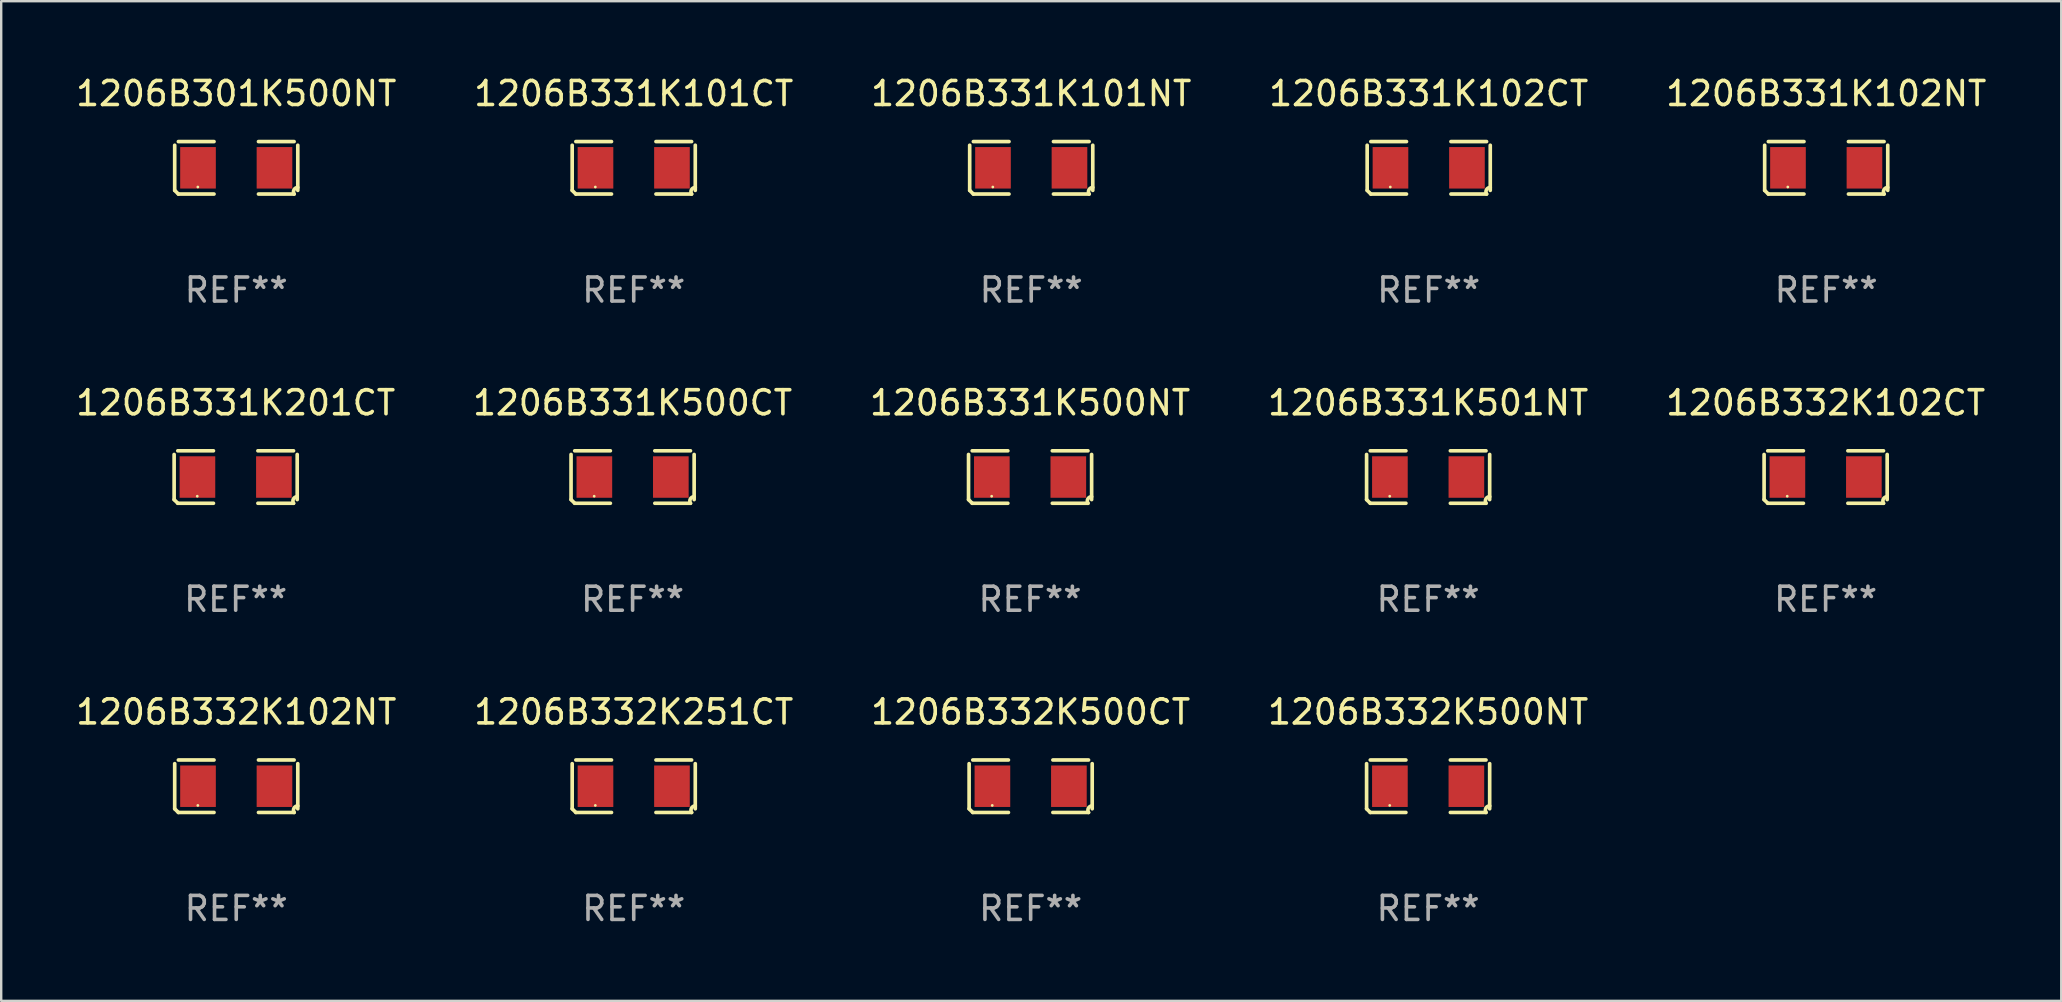
<source format=kicad_pcb>
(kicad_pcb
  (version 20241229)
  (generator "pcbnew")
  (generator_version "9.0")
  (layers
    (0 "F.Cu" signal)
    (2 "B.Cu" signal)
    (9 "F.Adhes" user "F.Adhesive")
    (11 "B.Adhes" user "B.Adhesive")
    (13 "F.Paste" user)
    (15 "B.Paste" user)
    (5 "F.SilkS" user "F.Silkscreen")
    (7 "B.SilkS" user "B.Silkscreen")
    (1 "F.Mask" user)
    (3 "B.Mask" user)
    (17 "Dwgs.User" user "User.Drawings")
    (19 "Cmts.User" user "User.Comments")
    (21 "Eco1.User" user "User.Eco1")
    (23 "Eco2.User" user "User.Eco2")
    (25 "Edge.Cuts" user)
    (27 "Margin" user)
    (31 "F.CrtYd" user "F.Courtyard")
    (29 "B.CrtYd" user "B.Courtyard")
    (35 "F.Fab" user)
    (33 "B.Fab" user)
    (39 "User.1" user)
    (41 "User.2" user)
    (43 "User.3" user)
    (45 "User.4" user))
  (footprint "1206B331K102CT"
    (layer "F.Cu")
    (at 56.47 3.941)
    (property "Reference" "1206B331K102CT" (at 0 -3.093 0) (layer "F.SilkS") (effects (font (size 1 1) (thickness 0.15))))
    (attr through_hole)
    (fp_line (start -2.564 0.94) (end -2.564 -0.94) (stroke (width 0.152) (type solid)) (layer "F.SilkS"))
    (fp_line (start -2.411 -1.093) (end -0.926 -1.093) (stroke (width 0.152) (type solid)) (layer "F.SilkS"))
    (fp_line (start -0.926 1.093) (end -2.411 1.093) (stroke (width 0.152) (type solid)) (layer "F.SilkS"))
    (fp_line (start 0.926 1.093) (end 2.411 1.093) (stroke (width 0.152) (type solid)) (layer "F.SilkS"))
    (fp_line (start 2.411 -1.093) (end 0.926 -1.093) (stroke (width 0.152) (type solid)) (layer "F.SilkS"))
    (fp_line (start 2.564 0.94) (end 2.564 -0.94) (stroke (width 0.152) (type solid)) (layer "F.SilkS"))
    (fp_arc (start -2.411201 1.092609) (mid -2.487413 1.01642) (end -2.563602 0.940208) (stroke (width 0.1524) (type solid)) (layer "F.SilkS"))
    (fp_arc (start 2.411201 1.092609) (mid 2.407159 0.911226) (end 2.563602 0.819347) (stroke (width 0.1524) (type solid)) (layer "F.SilkS"))
    (fp_circle (center -1.6 0.8) (end -1.57 0.8) (stroke (width 0.06) (type solid)) (fill no) (layer "F.SilkS"))
    (fp_text user "REF**" (at 0 5.093 0) (layer "F.Fab") (effects (font (size 1 1) (thickness 0.15))))
    (pad "1" smd rect (at -1.593 0) (size 1.485 1.728) (layers "F.Cu" "F.Mask" "F.Paste"))
    (pad "2" smd rect (at 1.593 0) (size 1.485 1.728) (layers "F.Cu" "F.Mask" "F.Paste")))
  (footprint "1206B332K500CT"
    (layer "F.Cu")
    (at 39.887 29.704)
    (property "Reference" "1206B332K500CT" (at 0 -3.093 0) (layer "F.SilkS") (effects (font (size 1 1) (thickness 0.15))))
    (attr through_hole)
    (fp_line (start -2.564 0.94) (end -2.564 -0.94) (stroke (width 0.152) (type solid)) (layer "F.SilkS"))
    (fp_line (start -2.411 -1.093) (end -0.926 -1.093) (stroke (width 0.152) (type solid)) (layer "F.SilkS"))
    (fp_line (start -0.926 1.093) (end -2.411 1.093) (stroke (width 0.152) (type solid)) (layer "F.SilkS"))
    (fp_line (start 0.926 1.093) (end 2.411 1.093) (stroke (width 0.152) (type solid)) (layer "F.SilkS"))
    (fp_line (start 2.411 -1.093) (end 0.926 -1.093) (stroke (width 0.152) (type solid)) (layer "F.SilkS"))
    (fp_line (start 2.564 0.94) (end 2.564 -0.94) (stroke (width 0.152) (type solid)) (layer "F.SilkS"))
    (fp_arc (start -2.411201 1.092609) (mid -2.487413 1.01642) (end -2.563602 0.940208) (stroke (width 0.1524) (type solid)) (layer "F.SilkS"))
    (fp_arc (start 2.411201 1.092609) (mid 2.407159 0.911226) (end 2.563602 0.819347) (stroke (width 0.1524) (type solid)) (layer "F.SilkS"))
    (fp_circle (center -1.6 0.8) (end -1.57 0.8) (stroke (width 0.06) (type solid)) (fill no) (layer "F.SilkS"))
    (fp_text user "REF**" (at 0 5.093 0) (layer "F.Fab") (effects (font (size 1 1) (thickness 0.15))))
    (pad "1" smd rect (at -1.593 0) (size 1.485 1.728) (layers "F.Cu" "F.Mask" "F.Paste"))
    (pad "2" smd rect (at 1.593 0) (size 1.485 1.728) (layers "F.Cu" "F.Mask" "F.Paste")))
  (footprint "1206B331K101NT"
    (layer "F.Cu")
    (at 39.911 3.941)
    (property "Reference" "1206B331K101NT" (at 0 -3.093 0) (layer "F.SilkS") (effects (font (size 1 1) (thickness 0.15))))
    (attr through_hole)
    (fp_line (start -2.564 0.94) (end -2.564 -0.94) (stroke (width 0.152) (type solid)) (layer "F.SilkS"))
    (fp_line (start -2.411 -1.093) (end -0.926 -1.093) (stroke (width 0.152) (type solid)) (layer "F.SilkS"))
    (fp_line (start -0.926 1.093) (end -2.411 1.093) (stroke (width 0.152) (type solid)) (layer "F.SilkS"))
    (fp_line (start 0.926 1.093) (end 2.411 1.093) (stroke (width 0.152) (type solid)) (layer "F.SilkS"))
    (fp_line (start 2.411 -1.093) (end 0.926 -1.093) (stroke (width 0.152) (type solid)) (layer "F.SilkS"))
    (fp_line (start 2.564 0.94) (end 2.564 -0.94) (stroke (width 0.152) (type solid)) (layer "F.SilkS"))
    (fp_arc (start -2.411201 1.092609) (mid -2.487413 1.01642) (end -2.563602 0.940208) (stroke (width 0.1524) (type solid)) (layer "F.SilkS"))
    (fp_arc (start 2.411201 1.092609) (mid 2.407159 0.911226) (end 2.563602 0.819347) (stroke (width 0.1524) (type solid)) (layer "F.SilkS"))
    (fp_circle (center -1.6 0.8) (end -1.57 0.8) (stroke (width 0.06) (type solid)) (fill no) (layer "F.SilkS"))
    (fp_text user "REF**" (at 0 5.093 0) (layer "F.Fab") (effects (font (size 1 1) (thickness 0.15))))
    (pad "1" smd rect (at -1.593 0) (size 1.485 1.728) (layers "F.Cu" "F.Mask" "F.Paste"))
    (pad "2" smd rect (at 1.593 0) (size 1.485 1.728) (layers "F.Cu" "F.Mask" "F.Paste")))
  (footprint "1206B331K501NT"
    (layer "F.Cu")
    (at 56.446 16.823)
    (property "Reference" "1206B331K501NT" (at 0 -3.093 0) (layer "F.SilkS") (effects (font (size 1 1) (thickness 0.15))))
    (attr through_hole)
    (fp_line (start -2.564 0.94) (end -2.564 -0.94) (stroke (width 0.152) (type solid)) (layer "F.SilkS"))
    (fp_line (start -2.411 -1.093) (end -0.926 -1.093) (stroke (width 0.152) (type solid)) (layer "F.SilkS"))
    (fp_line (start -0.926 1.093) (end -2.411 1.093) (stroke (width 0.152) (type solid)) (layer "F.SilkS"))
    (fp_line (start 0.926 1.093) (end 2.411 1.093) (stroke (width 0.152) (type solid)) (layer "F.SilkS"))
    (fp_line (start 2.411 -1.093) (end 0.926 -1.093) (stroke (width 0.152) (type solid)) (layer "F.SilkS"))
    (fp_line (start 2.564 0.94) (end 2.564 -0.94) (stroke (width 0.152) (type solid)) (layer "F.SilkS"))
    (fp_arc (start -2.411201 1.092609) (mid -2.487413 1.01642) (end -2.563602 0.940208) (stroke (width 0.1524) (type solid)) (layer "F.SilkS"))
    (fp_arc (start 2.411201 1.092609) (mid 2.407159 0.911226) (end 2.563602 0.819347) (stroke (width 0.1524) (type solid)) (layer "F.SilkS"))
    (fp_circle (center -1.6 0.8) (end -1.57 0.8) (stroke (width 0.06) (type solid)) (fill no) (layer "F.SilkS"))
    (fp_text user "REF**" (at 0 5.093 0) (layer "F.Fab") (effects (font (size 1 1) (thickness 0.15))))
    (pad "1" smd rect (at -1.593 0) (size 1.485 1.728) (layers "F.Cu" "F.Mask" "F.Paste"))
    (pad "2" smd rect (at 1.593 0) (size 1.485 1.728) (layers "F.Cu" "F.Mask" "F.Paste")))
  (footprint "1206B332K102NT"
    (layer "F.Cu")
    (at 6.792 29.704)
    (property "Reference" "1206B332K102NT" (at 0 -3.093 0) (layer "F.SilkS") (effects (font (size 1 1) (thickness 0.15))))
    (attr through_hole)
    (fp_line (start -2.564 0.94) (end -2.564 -0.94) (stroke (width 0.152) (type solid)) (layer "F.SilkS"))
    (fp_line (start -2.411 -1.093) (end -0.926 -1.093) (stroke (width 0.152) (type solid)) (layer "F.SilkS"))
    (fp_line (start -0.926 1.093) (end -2.411 1.093) (stroke (width 0.152) (type solid)) (layer "F.SilkS"))
    (fp_line (start 0.926 1.093) (end 2.411 1.093) (stroke (width 0.152) (type solid)) (layer "F.SilkS"))
    (fp_line (start 2.411 -1.093) (end 0.926 -1.093) (stroke (width 0.152) (type solid)) (layer "F.SilkS"))
    (fp_line (start 2.564 0.94) (end 2.564 -0.94) (stroke (width 0.152) (type solid)) (layer "F.SilkS"))
    (fp_arc (start -2.411201 1.092609) (mid -2.487413 1.01642) (end -2.563602 0.940208) (stroke (width 0.1524) (type solid)) (layer "F.SilkS"))
    (fp_arc (start 2.411201 1.092609) (mid 2.407159 0.911226) (end 2.563602 0.819347) (stroke (width 0.1524) (type solid)) (layer "F.SilkS"))
    (fp_circle (center -1.6 0.8) (end -1.57 0.8) (stroke (width 0.06) (type solid)) (fill no) (layer "F.SilkS"))
    (fp_text user "REF**" (at 0 5.093 0) (layer "F.Fab") (effects (font (size 1 1) (thickness 0.15))))
    (pad "1" smd rect (at -1.593 0) (size 1.485 1.728) (layers "F.Cu" "F.Mask" "F.Paste"))
    (pad "2" smd rect (at 1.593 0) (size 1.485 1.728) (layers "F.Cu" "F.Mask" "F.Paste")))
  (footprint "1206B331K102NT"
    (layer "F.Cu")
    (at 73.03 3.941)
    (property "Reference" "1206B331K102NT" (at 0 -3.093 0) (layer "F.SilkS") (effects (font (size 1 1) (thickness 0.15))))
    (attr through_hole)
    (fp_line (start -2.564 0.94) (end -2.564 -0.94) (stroke (width 0.152) (type solid)) (layer "F.SilkS"))
    (fp_line (start -2.411 -1.093) (end -0.926 -1.093) (stroke (width 0.152) (type solid)) (layer "F.SilkS"))
    (fp_line (start -0.926 1.093) (end -2.411 1.093) (stroke (width 0.152) (type solid)) (layer "F.SilkS"))
    (fp_line (start 0.926 1.093) (end 2.411 1.093) (stroke (width 0.152) (type solid)) (layer "F.SilkS"))
    (fp_line (start 2.411 -1.093) (end 0.926 -1.093) (stroke (width 0.152) (type solid)) (layer "F.SilkS"))
    (fp_line (start 2.564 0.94) (end 2.564 -0.94) (stroke (width 0.152) (type solid)) (layer "F.SilkS"))
    (fp_arc (start -2.411201 1.092609) (mid -2.487413 1.01642) (end -2.563602 0.940208) (stroke (width 0.1524) (type solid)) (layer "F.SilkS"))
    (fp_arc (start 2.411201 1.092609) (mid 2.407159 0.911226) (end 2.563602 0.819347) (stroke (width 0.1524) (type solid)) (layer "F.SilkS"))
    (fp_circle (center -1.6 0.8) (end -1.57 0.8) (stroke (width 0.06) (type solid)) (fill no) (layer "F.SilkS"))
    (fp_text user "REF**" (at 0 5.093 0) (layer "F.Fab") (effects (font (size 1 1) (thickness 0.15))))
    (pad "1" smd rect (at -1.593 0) (size 1.485 1.728) (layers "F.Cu" "F.Mask" "F.Paste"))
    (pad "2" smd rect (at 1.593 0) (size 1.485 1.728) (layers "F.Cu" "F.Mask" "F.Paste")))
  (footprint "1206B331K201CT"
    (layer "F.Cu")
    (at 6.768 16.823)
    (property "Reference" "1206B331K201CT" (at 0 -3.093 0) (layer "F.SilkS") (effects (font (size 1 1) (thickness 0.15))))
    (attr through_hole)
    (fp_line (start -2.564 0.94) (end -2.564 -0.94) (stroke (width 0.152) (type solid)) (layer "F.SilkS"))
    (fp_line (start -2.411 -1.093) (end -0.926 -1.093) (stroke (width 0.152) (type solid)) (layer "F.SilkS"))
    (fp_line (start -0.926 1.093) (end -2.411 1.093) (stroke (width 0.152) (type solid)) (layer "F.SilkS"))
    (fp_line (start 0.926 1.093) (end 2.411 1.093) (stroke (width 0.152) (type solid)) (layer "F.SilkS"))
    (fp_line (start 2.411 -1.093) (end 0.926 -1.093) (stroke (width 0.152) (type solid)) (layer "F.SilkS"))
    (fp_line (start 2.564 0.94) (end 2.564 -0.94) (stroke (width 0.152) (type solid)) (layer "F.SilkS"))
    (fp_arc (start -2.411201 1.092609) (mid -2.487413 1.01642) (end -2.563602 0.940208) (stroke (width 0.1524) (type solid)) (layer "F.SilkS"))
    (fp_arc (start 2.411201 1.092609) (mid 2.407159 0.911226) (end 2.563602 0.819347) (stroke (width 0.1524) (type solid)) (layer "F.SilkS"))
    (fp_circle (center -1.6 0.8) (end -1.57 0.8) (stroke (width 0.06) (type solid)) (fill no) (layer "F.SilkS"))
    (fp_text user "REF**" (at 0 5.093 0) (layer "F.Fab") (effects (font (size 1 1) (thickness 0.15))))
    (pad "1" smd rect (at -1.593 0) (size 1.485 1.728) (layers "F.Cu" "F.Mask" "F.Paste"))
    (pad "2" smd rect (at 1.593 0) (size 1.485 1.728) (layers "F.Cu" "F.Mask" "F.Paste")))
  (footprint "1206B332K500NT"
    (layer "F.Cu")
    (at 56.446 29.704)
    (property "Reference" "1206B332K500NT" (at 0 -3.093 0) (layer "F.SilkS") (effects (font (size 1 1) (thickness 0.15))))
    (attr through_hole)
    (fp_line (start -2.564 0.94) (end -2.564 -0.94) (stroke (width 0.152) (type solid)) (layer "F.SilkS"))
    (fp_line (start -2.411 -1.093) (end -0.926 -1.093) (stroke (width 0.152) (type solid)) (layer "F.SilkS"))
    (fp_line (start -0.926 1.093) (end -2.411 1.093) (stroke (width 0.152) (type solid)) (layer "F.SilkS"))
    (fp_line (start 0.926 1.093) (end 2.411 1.093) (stroke (width 0.152) (type solid)) (layer "F.SilkS"))
    (fp_line (start 2.411 -1.093) (end 0.926 -1.093) (stroke (width 0.152) (type solid)) (layer "F.SilkS"))
    (fp_line (start 2.564 0.94) (end 2.564 -0.94) (stroke (width 0.152) (type solid)) (layer "F.SilkS"))
    (fp_arc (start -2.411201 1.092609) (mid -2.487413 1.01642) (end -2.563602 0.940208) (stroke (width 0.1524) (type solid)) (layer "F.SilkS"))
    (fp_arc (start 2.411201 1.092609) (mid 2.407159 0.911226) (end 2.563602 0.819347) (stroke (width 0.1524) (type solid)) (layer "F.SilkS"))
    (fp_circle (center -1.6 0.8) (end -1.57 0.8) (stroke (width 0.06) (type solid)) (fill no) (layer "F.SilkS"))
    (fp_text user "REF**" (at 0 5.093 0) (layer "F.Fab") (effects (font (size 1 1) (thickness 0.15))))
    (pad "1" smd rect (at -1.593 0) (size 1.485 1.728) (layers "F.Cu" "F.Mask" "F.Paste"))
    (pad "2" smd rect (at 1.593 0) (size 1.485 1.728) (layers "F.Cu" "F.Mask" "F.Paste")))
  (footprint "1206B331K500NT"
    (layer "F.Cu")
    (at 39.863 16.823)
    (property "Reference" "1206B331K500NT" (at 0 -3.093 0) (layer "F.SilkS") (effects (font (size 1 1) (thickness 0.15))))
    (attr through_hole)
    (fp_line (start -2.564 0.94) (end -2.564 -0.94) (stroke (width 0.152) (type solid)) (layer "F.SilkS"))
    (fp_line (start -2.411 -1.093) (end -0.926 -1.093) (stroke (width 0.152) (type solid)) (layer "F.SilkS"))
    (fp_line (start -0.926 1.093) (end -2.411 1.093) (stroke (width 0.152) (type solid)) (layer "F.SilkS"))
    (fp_line (start 0.926 1.093) (end 2.411 1.093) (stroke (width 0.152) (type solid)) (layer "F.SilkS"))
    (fp_line (start 2.411 -1.093) (end 0.926 -1.093) (stroke (width 0.152) (type solid)) (layer "F.SilkS"))
    (fp_line (start 2.564 0.94) (end 2.564 -0.94) (stroke (width 0.152) (type solid)) (layer "F.SilkS"))
    (fp_arc (start -2.411201 1.092609) (mid -2.487413 1.01642) (end -2.563602 0.940208) (stroke (width 0.1524) (type solid)) (layer "F.SilkS"))
    (fp_arc (start 2.411201 1.092609) (mid 2.407159 0.911226) (end 2.563602 0.819347) (stroke (width 0.1524) (type solid)) (layer "F.SilkS"))
    (fp_circle (center -1.6 0.8) (end -1.57 0.8) (stroke (width 0.06) (type solid)) (fill no) (layer "F.SilkS"))
    (fp_text user "REF**" (at 0 5.093 0) (layer "F.Fab") (effects (font (size 1 1) (thickness 0.15))))
    (pad "1" smd rect (at -1.593 0) (size 1.485 1.728) (layers "F.Cu" "F.Mask" "F.Paste"))
    (pad "2" smd rect (at 1.593 0) (size 1.485 1.728) (layers "F.Cu" "F.Mask" "F.Paste")))
  (footprint "1206B331K500CT"
    (layer "F.Cu")
    (at 23.304 16.823)
    (property "Reference" "1206B331K500CT" (at 0 -3.093 0) (layer "F.SilkS") (effects (font (size 1 1) (thickness 0.15))))
    (attr through_hole)
    (fp_line (start -2.564 0.94) (end -2.564 -0.94) (stroke (width 0.152) (type solid)) (layer "F.SilkS"))
    (fp_line (start -2.411 -1.093) (end -0.926 -1.093) (stroke (width 0.152) (type solid)) (layer "F.SilkS"))
    (fp_line (start -0.926 1.093) (end -2.411 1.093) (stroke (width 0.152) (type solid)) (layer "F.SilkS"))
    (fp_line (start 0.926 1.093) (end 2.411 1.093) (stroke (width 0.152) (type solid)) (layer "F.SilkS"))
    (fp_line (start 2.411 -1.093) (end 0.926 -1.093) (stroke (width 0.152) (type solid)) (layer "F.SilkS"))
    (fp_line (start 2.564 0.94) (end 2.564 -0.94) (stroke (width 0.152) (type solid)) (layer "F.SilkS"))
    (fp_arc (start -2.411201 1.092609) (mid -2.487413 1.01642) (end -2.563602 0.940208) (stroke (width 0.1524) (type solid)) (layer "F.SilkS"))
    (fp_arc (start 2.411201 1.092609) (mid 2.407159 0.911226) (end 2.563602 0.819347) (stroke (width 0.1524) (type solid)) (layer "F.SilkS"))
    (fp_circle (center -1.6 0.8) (end -1.57 0.8) (stroke (width 0.06) (type solid)) (fill no) (layer "F.SilkS"))
    (fp_text user "REF**" (at 0 5.093 0) (layer "F.Fab") (effects (font (size 1 1) (thickness 0.15))))
    (pad "1" smd rect (at -1.593 0) (size 1.485 1.728) (layers "F.Cu" "F.Mask" "F.Paste"))
    (pad "2" smd rect (at 1.593 0) (size 1.485 1.728) (layers "F.Cu" "F.Mask" "F.Paste")))
  (footprint "1206B301K500NT"
    (layer "F.Cu")
    (at 6.792 3.941)
    (property "Reference" "1206B301K500NT" (at 0 -3.093 0) (layer "F.SilkS") (effects (font (size 1 1) (thickness 0.15))))
    (attr through_hole)
    (fp_line (start -2.564 0.94) (end -2.564 -0.94) (stroke (width 0.152) (type solid)) (layer "F.SilkS"))
    (fp_line (start -2.411 -1.093) (end -0.926 -1.093) (stroke (width 0.152) (type solid)) (layer "F.SilkS"))
    (fp_line (start -0.926 1.093) (end -2.411 1.093) (stroke (width 0.152) (type solid)) (layer "F.SilkS"))
    (fp_line (start 0.926 1.093) (end 2.411 1.093) (stroke (width 0.152) (type solid)) (layer "F.SilkS"))
    (fp_line (start 2.411 -1.093) (end 0.926 -1.093) (stroke (width 0.152) (type solid)) (layer "F.SilkS"))
    (fp_line (start 2.564 0.94) (end 2.564 -0.94) (stroke (width 0.152) (type solid)) (layer "F.SilkS"))
    (fp_arc (start -2.411201 1.092609) (mid -2.487413 1.01642) (end -2.563602 0.940208) (stroke (width 0.1524) (type solid)) (layer "F.SilkS"))
    (fp_arc (start 2.411201 1.092609) (mid 2.407159 0.911226) (end 2.563602 0.819347) (stroke (width 0.1524) (type solid)) (layer "F.SilkS"))
    (fp_circle (center -1.6 0.8) (end -1.57 0.8) (stroke (width 0.06) (type solid)) (fill no) (layer "F.SilkS"))
    (fp_text user "REF**" (at 0 5.093 0) (layer "F.Fab") (effects (font (size 1 1) (thickness 0.15))))
    (pad "1" smd rect (at -1.593 0) (size 1.485 1.728) (layers "F.Cu" "F.Mask" "F.Paste"))
    (pad "2" smd rect (at 1.593 0) (size 1.485 1.728) (layers "F.Cu" "F.Mask" "F.Paste")))
  (footprint "1206B332K251CT"
    (layer "F.Cu")
    (at 23.351 29.704)
    (property "Reference" "1206B332K251CT" (at 0 -3.093 0) (layer "F.SilkS") (effects (font (size 1 1) (thickness 0.15))))
    (attr through_hole)
    (fp_line (start -2.564 0.94) (end -2.564 -0.94) (stroke (width 0.152) (type solid)) (layer "F.SilkS"))
    (fp_line (start -2.411 -1.093) (end -0.926 -1.093) (stroke (width 0.152) (type solid)) (layer "F.SilkS"))
    (fp_line (start -0.926 1.093) (end -2.411 1.093) (stroke (width 0.152) (type solid)) (layer "F.SilkS"))
    (fp_line (start 0.926 1.093) (end 2.411 1.093) (stroke (width 0.152) (type solid)) (layer "F.SilkS"))
    (fp_line (start 2.411 -1.093) (end 0.926 -1.093) (stroke (width 0.152) (type solid)) (layer "F.SilkS"))
    (fp_line (start 2.564 0.94) (end 2.564 -0.94) (stroke (width 0.152) (type solid)) (layer "F.SilkS"))
    (fp_arc (start -2.411201 1.092609) (mid -2.487413 1.01642) (end -2.563602 0.940208) (stroke (width 0.1524) (type solid)) (layer "F.SilkS"))
    (fp_arc (start 2.411201 1.092609) (mid 2.407159 0.911226) (end 2.563602 0.819347) (stroke (width 0.1524) (type solid)) (layer "F.SilkS"))
    (fp_circle (center -1.6 0.8) (end -1.57 0.8) (stroke (width 0.06) (type solid)) (fill no) (layer "F.SilkS"))
    (fp_text user "REF**" (at 0 5.093 0) (layer "F.Fab") (effects (font (size 1 1) (thickness 0.15))))
    (pad "1" smd rect (at -1.593 0) (size 1.485 1.728) (layers "F.Cu" "F.Mask" "F.Paste"))
    (pad "2" smd rect (at 1.593 0) (size 1.485 1.728) (layers "F.Cu" "F.Mask" "F.Paste")))
  (footprint "1206B332K102CT"
    (layer "F.Cu")
    (at 73.006 16.823)
    (property "Reference" "1206B332K102CT" (at 0 -3.093 0) (layer "F.SilkS") (effects (font (size 1 1) (thickness 0.15))))
    (attr through_hole)
    (fp_line (start -2.564 0.94) (end -2.564 -0.94) (stroke (width 0.152) (type solid)) (layer "F.SilkS"))
    (fp_line (start -2.411 -1.093) (end -0.926 -1.093) (stroke (width 0.152) (type solid)) (layer "F.SilkS"))
    (fp_line (start -0.926 1.093) (end -2.411 1.093) (stroke (width 0.152) (type solid)) (layer "F.SilkS"))
    (fp_line (start 0.926 1.093) (end 2.411 1.093) (stroke (width 0.152) (type solid)) (layer "F.SilkS"))
    (fp_line (start 2.411 -1.093) (end 0.926 -1.093) (stroke (width 0.152) (type solid)) (layer "F.SilkS"))
    (fp_line (start 2.564 0.94) (end 2.564 -0.94) (stroke (width 0.152) (type solid)) (layer "F.SilkS"))
    (fp_arc (start -2.411201 1.092609) (mid -2.487413 1.01642) (end -2.563602 0.940208) (stroke (width 0.1524) (type solid)) (layer "F.SilkS"))
    (fp_arc (start 2.411201 1.092609) (mid 2.407159 0.911226) (end 2.563602 0.819347) (stroke (width 0.1524) (type solid)) (layer "F.SilkS"))
    (fp_circle (center -1.6 0.8) (end -1.57 0.8) (stroke (width 0.06) (type solid)) (fill no) (layer "F.SilkS"))
    (fp_text user "REF**" (at 0 5.093 0) (layer "F.Fab") (effects (font (size 1 1) (thickness 0.15))))
    (pad "1" smd rect (at -1.593 0) (size 1.485 1.728) (layers "F.Cu" "F.Mask" "F.Paste"))
    (pad "2" smd rect (at 1.593 0) (size 1.485 1.728) (layers "F.Cu" "F.Mask" "F.Paste")))
  (footprint "1206B331K101CT"
    (layer "F.Cu")
    (at 23.351 3.941)
    (property "Reference" "1206B331K101CT" (at 0 -3.093 0) (layer "F.SilkS") (effects (font (size 1 1) (thickness 0.15))))
    (attr through_hole)
    (fp_line (start -2.564 0.94) (end -2.564 -0.94) (stroke (width 0.152) (type solid)) (layer "F.SilkS"))
    (fp_line (start -2.411 -1.093) (end -0.926 -1.093) (stroke (width 0.152) (type solid)) (layer "F.SilkS"))
    (fp_line (start -0.926 1.093) (end -2.411 1.093) (stroke (width 0.152) (type solid)) (layer "F.SilkS"))
    (fp_line (start 0.926 1.093) (end 2.411 1.093) (stroke (width 0.152) (type solid)) (layer "F.SilkS"))
    (fp_line (start 2.411 -1.093) (end 0.926 -1.093) (stroke (width 0.152) (type solid)) (layer "F.SilkS"))
    (fp_line (start 2.564 0.94) (end 2.564 -0.94) (stroke (width 0.152) (type solid)) (layer "F.SilkS"))
    (fp_arc (start -2.411201 1.092609) (mid -2.487413 1.01642) (end -2.563602 0.940208) (stroke (width 0.1524) (type solid)) (layer "F.SilkS"))
    (fp_arc (start 2.411201 1.092609) (mid 2.407159 0.911226) (end 2.563602 0.819347) (stroke (width 0.1524) (type solid)) (layer "F.SilkS"))
    (fp_circle (center -1.6 0.8) (end -1.57 0.8) (stroke (width 0.06) (type solid)) (fill no) (layer "F.SilkS"))
    (fp_text user "REF**" (at 0 5.093 0) (layer "F.Fab") (effects (font (size 1 1) (thickness 0.15))))
    (pad "1" smd rect (at -1.593 0) (size 1.485 1.728) (layers "F.Cu" "F.Mask" "F.Paste"))
    (pad "2" smd rect (at 1.593 0) (size 1.485 1.728) (layers "F.Cu" "F.Mask" "F.Paste")))
  (gr_rect
    (start -3 -3)
    (end 82.821 38.645)
    (stroke (width 0.1) (type default))
    (fill no)
    (layer "Edge.Cuts")))
</source>
